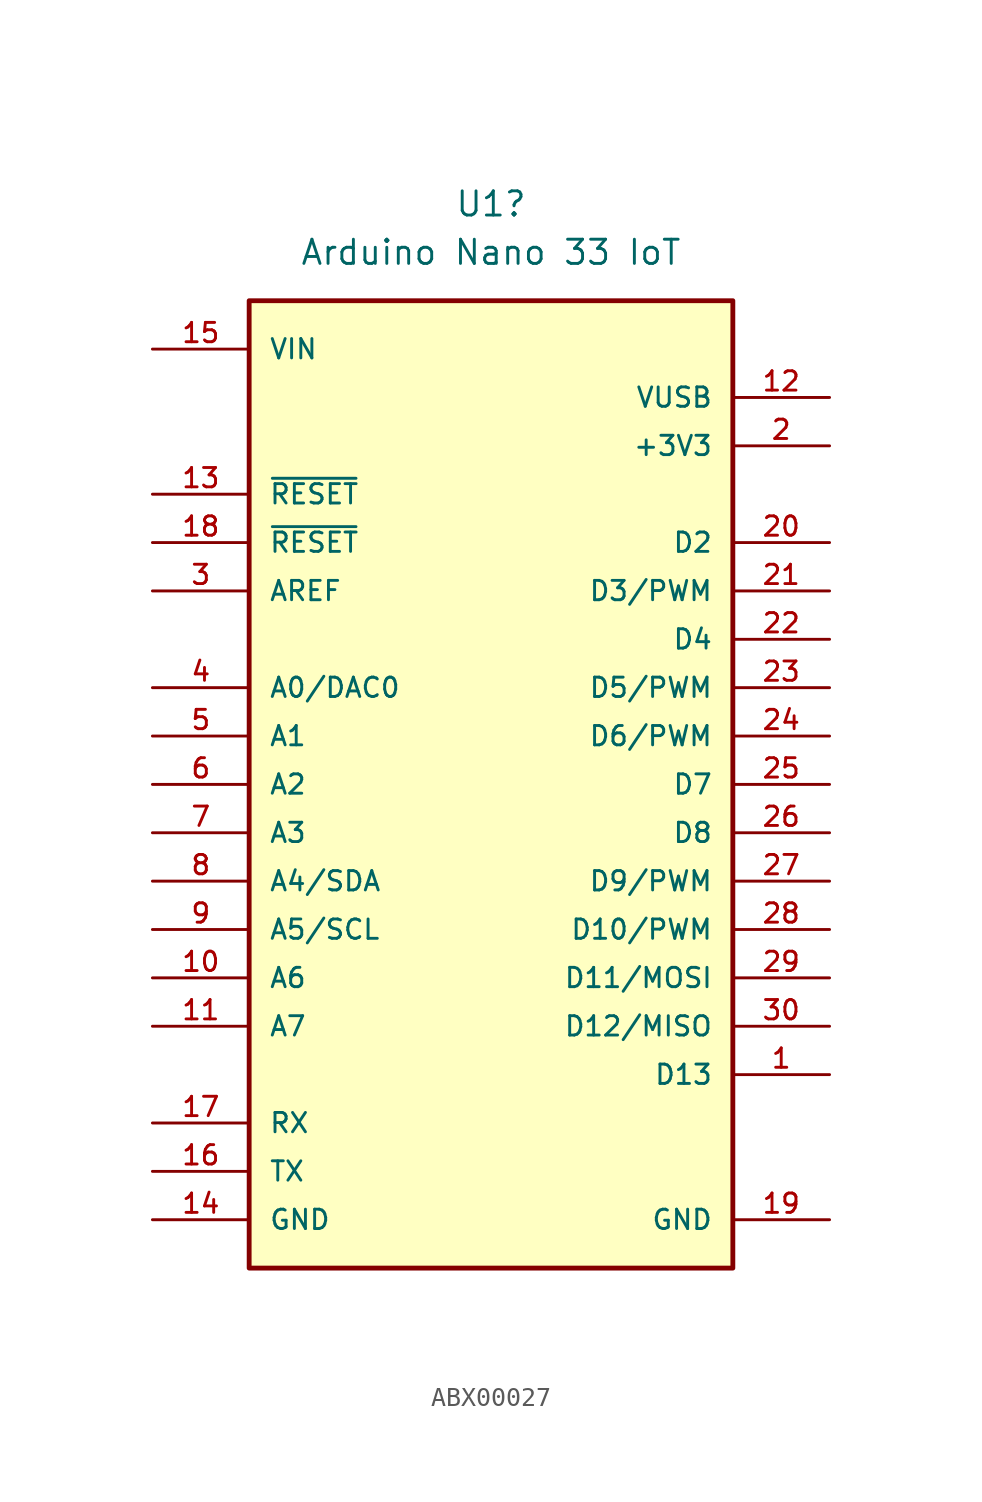
<source format=kicad_sym>
(kicad_symbol_lib
  (version 20231120)
  (generator "kicad_symbol_editor")
  (generator_version "8.0")
  (symbol "ABX00027"
    (pin_names
      (offset 1.016))
    (property "Reference" "U1"
      (at 0 30.48 0)
      (effects (font (size 1.27 1.27))))
    (property "Value" "Arduino Nano 33 IoT"
      (at 0 27.94 0)
      (effects (font (size 1.27 1.27))))
    (symbol "ABX00027_0_0"
      (rectangle (start -12.7 25.4) (end 12.7 -25.4) (stroke (width 0.254) (type default)) (fill (type background)))
      (pin bidirectional line (at 17.78 -15.24 180) (length 5.08) (name "D13" (effects (font (size 1.016 1.016)))) (number "1" (effects (font (size 1.016 1.016)))))
      (pin input line (at -17.78 -10.16 0) (length 5.08) (name "A6" (effects (font (size 1.016 1.016)))) (number "10" (effects (font (size 1.016 1.016)))))
      (pin input line (at -17.78 -12.7 0) (length 5.08) (name "A7" (effects (font (size 1.016 1.016)))) (number "11" (effects (font (size 1.016 1.016)))))
      (pin power_in line (at 17.78 20.32 180) (length 5.08) (name "VUSB" (effects (font (size 1.016 1.016)))) (number "12" (effects (font (size 1.016 1.016)))))
      (pin input line (at -17.78 15.24 0) (length 5.08) (name "~{RESET}" (effects (font (size 1.016 1.016)))) (number "13" (effects (font (size 1.016 1.016)))))
      (pin power_in line (at -17.78 -22.86 0) (length 5.08) (name "GND" (effects (font (size 1.016 1.016)))) (number "14" (effects (font (size 1.016 1.016)))))
      (pin power_in line (at -17.78 22.86 0) (length 5.08) (name "VIN" (effects (font (size 1.016 1.016)))) (number "15" (effects (font (size 1.016 1.016)))))
      (pin bidirectional line (at -17.78 -20.32 0) (length 5.08) (name "TX" (effects (font (size 1.016 1.016)))) (number "16" (effects (font (size 1.016 1.016)))))
      (pin bidirectional line (at -17.78 -17.78 0) (length 5.08) (name "RX" (effects (font (size 1.016 1.016)))) (number "17" (effects (font (size 1.016 1.016)))))
      (pin input line (at -17.78 12.7 0) (length 5.08) (name "~{RESET}" (effects (font (size 1.016 1.016)))) (number "18" (effects (font (size 1.016 1.016)))))
      (pin power_in line (at 17.78 -22.86 180) (length 5.08) (name "GND" (effects (font (size 1.016 1.016)))) (number "19" (effects (font (size 1.016 1.016)))))
      (pin power_in line (at 17.78 17.78 180) (length 5.08) (name "+3V3" (effects (font (size 1.016 1.016)))) (number "2" (effects (font (size 1.016 1.016)))))
      (pin bidirectional line (at 17.78 12.7 180) (length 5.08) (name "D2" (effects (font (size 1.016 1.016)))) (number "20" (effects (font (size 1.016 1.016)))))
      (pin bidirectional line (at 17.78 10.16 180) (length 5.08) (name "D3/PWM" (effects (font (size 1.016 1.016)))) (number "21" (effects (font (size 1.016 1.016)))))
      (pin bidirectional line (at 17.78 7.62 180) (length 5.08) (name "D4" (effects (font (size 1.016 1.016)))) (number "22" (effects (font (size 1.016 1.016)))))
      (pin bidirectional line (at 17.78 5.08 180) (length 5.08) (name "D5/PWM" (effects (font (size 1.016 1.016)))) (number "23" (effects (font (size 1.016 1.016)))))
      (pin bidirectional line (at 17.78 2.54 180) (length 5.08) (name "D6/PWM" (effects (font (size 1.016 1.016)))) (number "24" (effects (font (size 1.016 1.016)))))
      (pin bidirectional line (at 17.78 0 180) (length 5.08) (name "D7" (effects (font (size 1.016 1.016)))) (number "25" (effects (font (size 1.016 1.016)))))
      (pin bidirectional line (at 17.78 -2.54 180) (length 5.08) (name "D8" (effects (font (size 1.016 1.016)))) (number "26" (effects (font (size 1.016 1.016)))))
      (pin bidirectional line (at 17.78 -5.08 180) (length 5.08) (name "D9/PWM" (effects (font (size 1.016 1.016)))) (number "27" (effects (font (size 1.016 1.016)))))
      (pin bidirectional line (at 17.78 -7.62 180) (length 5.08) (name "D10/PWM" (effects (font (size 1.016 1.016)))) (number "28" (effects (font (size 1.016 1.016)))))
      (pin bidirectional line (at 17.78 -10.16 180) (length 5.08) (name "D11/MOSI" (effects (font (size 1.016 1.016)))) (number "29" (effects (font (size 1.016 1.016)))))
      (pin input line (at -17.78 10.16 0) (length 5.08) (name "AREF" (effects (font (size 1.016 1.016)))) (number "3" (effects (font (size 1.016 1.016)))))
      (pin bidirectional line (at 17.78 -12.7 180) (length 5.08) (name "D12/MISO" (effects (font (size 1.016 1.016)))) (number "30" (effects (font (size 1.016 1.016)))))
      (pin bidirectional line (at -17.78 5.08 0) (length 5.08) (name "A0/DAC0" (effects (font (size 1.016 1.016)))) (number "4" (effects (font (size 1.016 1.016)))))
      (pin input line (at -17.78 2.54 0) (length 5.08) (name "A1" (effects (font (size 1.016 1.016)))) (number "5" (effects (font (size 1.016 1.016)))))
      (pin input line (at -17.78 0 0) (length 5.08) (name "A2" (effects (font (size 1.016 1.016)))) (number "6" (effects (font (size 1.016 1.016)))))
      (pin input line (at -17.78 -2.54 0) (length 5.08) (name "A3" (effects (font (size 1.016 1.016)))) (number "7" (effects (font (size 1.016 1.016)))))
      (pin input line (at -17.78 -5.08 0) (length 5.08) (name "A4/SDA" (effects (font (size 1.016 1.016)))) (number "8" (effects (font (size 1.016 1.016)))))
      (pin input line (at -17.78 -7.62 0) (length 5.08) (name "A5/SCL" (effects (font (size 1.016 1.016)))) (number "9" (effects (font (size 1.016 1.016))))))))
</source>
